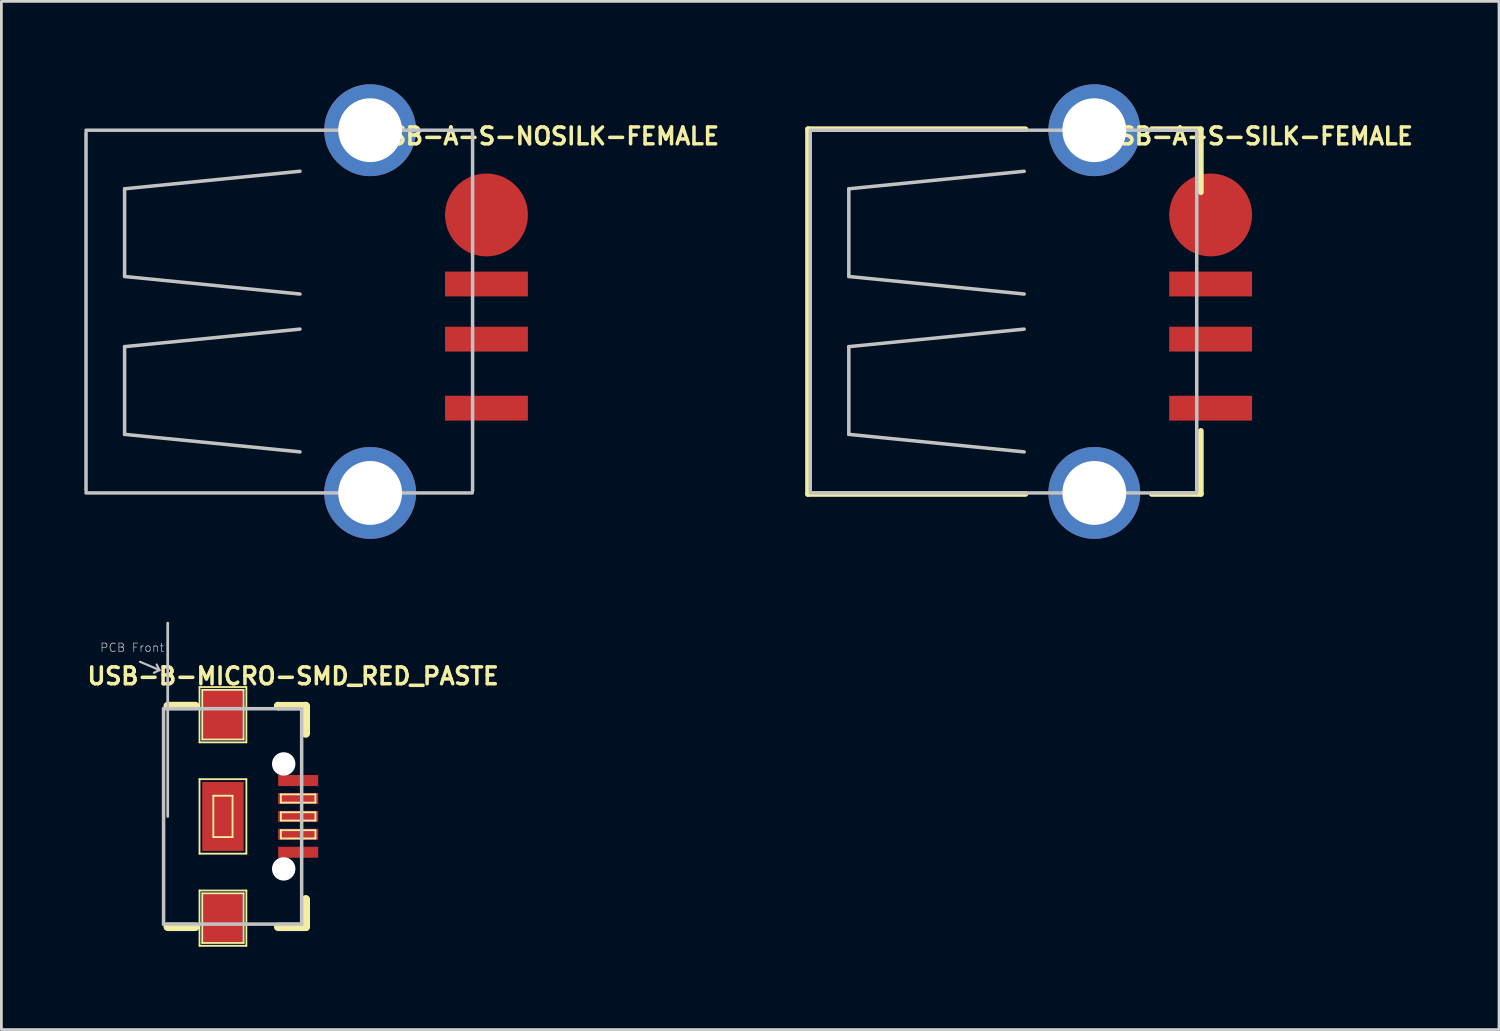
<source format=kicad_pcb>
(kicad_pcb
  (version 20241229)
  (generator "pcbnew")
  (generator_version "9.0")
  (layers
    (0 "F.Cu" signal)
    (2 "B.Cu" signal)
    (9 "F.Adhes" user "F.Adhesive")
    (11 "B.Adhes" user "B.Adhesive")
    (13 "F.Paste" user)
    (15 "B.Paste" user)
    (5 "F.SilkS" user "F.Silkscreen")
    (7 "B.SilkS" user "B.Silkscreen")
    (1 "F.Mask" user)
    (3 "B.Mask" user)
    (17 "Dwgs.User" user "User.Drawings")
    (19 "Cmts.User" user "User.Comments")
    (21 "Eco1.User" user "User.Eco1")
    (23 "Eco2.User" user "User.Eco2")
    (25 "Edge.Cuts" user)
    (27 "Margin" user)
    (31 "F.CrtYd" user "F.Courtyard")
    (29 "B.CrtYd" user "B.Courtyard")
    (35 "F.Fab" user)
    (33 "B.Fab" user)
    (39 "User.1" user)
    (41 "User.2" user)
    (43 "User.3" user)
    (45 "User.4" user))
  (footprint "USB-A-S-NOSILK-FEMALE"
    (layer "F.Cu")
    (at 7.811 8.23)
    (property "Reference" "USB-A-S-NOSILK-FEMALE" (at 8.89 -6.35 0) (layer "F.SilkS") (effects (font (size 0.61 0.61) (thickness 0.127))))
    (attr smd)
    (fp_line (start -7.747 -6.477) (end -7.747 6.477) (stroke (width 0.127) (type solid)) (layer "Dwgs.User"))
    (fp_line (start -6.35 -4.445) (end -6.35 -1.27) (stroke (width 0.127) (type solid)) (layer "Dwgs.User"))
    (fp_line (start -6.35 -1.27) (end 0 -0.635) (stroke (width 0.127) (type solid)) (layer "Dwgs.User"))
    (fp_line (start -6.35 1.27) (end 0 0.635) (stroke (width 0.127) (type solid)) (layer "Dwgs.User"))
    (fp_line (start -6.35 4.445) (end -6.35 1.27) (stroke (width 0.127) (type solid)) (layer "Dwgs.User"))
    (fp_line (start 0 -5.08) (end -6.35 -4.445) (stroke (width 0.127) (type solid)) (layer "Dwgs.User"))
    (fp_line (start 0 5.08) (end -6.35 4.445) (stroke (width 0.127) (type solid)) (layer "Dwgs.User"))
    (fp_line (start 6.236 -6.566) (end -7.747 -6.566) (stroke (width 0.127) (type solid)) (layer "Dwgs.User"))
    (fp_line (start 6.236 6.566) (end -7.747 6.566) (stroke (width 0.127) (type solid)) (layer "Dwgs.User"))
    (fp_line (start 6.248 -6.502) (end 6.248 6.502) (stroke (width 0.127) (type solid)) (layer "Dwgs.User"))
    (pad "D+" smd rect (at 6.751 0.998) (size 3 0.899) (layers "F.Cu" "F.Mask" "F.Paste"))
    (pad "D-" smd rect (at 6.751 -0.998) (size 3 0.899) (layers "F.Cu" "F.Mask" "F.Paste"))
    (pad "GND" smd rect (at 6.751 3.498) (size 3 0.899) (layers "F.Cu" "F.Mask" "F.Paste"))
    (pad "SHLD" thru_hole circle (at 2.54 -6.566) (size 3.327 3.327) (drill 2.311) (layers "*.Cu" "*.Mask"))
    (pad "SHLD" thru_hole circle (at 2.54 6.566) (size 3.327 3.327) (drill 2.311) (layers "*.Cu" "*.Mask"))
    (pad "VBUS" smd circle (at 6.751 -3.498) (size 3 3) (layers "F.Cu" "F.Mask" "F.Paste")))
  (footprint "USB-B-MICRO-SMD_RED_PASTE"
    (layer "F.Cu")
    (at 5.021 26.507)
    (property "Reference" "USB-B-MICRO-SMD_RED_PASTE" (at 2.54 -5.08 0) (layer "F.SilkS") (effects (font (size 0.61 0.61) (thickness 0.127))))
    (attr smd)
    (fp_line (start -0.998 -3.998) (end -1.999 -3.998) (stroke (width 0.305) (type solid)) (layer "F.SilkS"))
    (fp_line (start -0.998 3.998) (end -1.999 3.998) (stroke (width 0.305) (type solid)) (layer "F.SilkS"))
    (fp_line (start -0.848 -4.684) (end 0.848 -4.684) (stroke (width 0.066) (type solid)) (layer "F.SilkS"))
    (fp_line (start -0.848 -2.682) (end -0.848 -4.684) (stroke (width 0.066) (type solid)) (layer "F.SilkS"))
    (fp_line (start -0.848 -2.682) (end 0.848 -2.682) (stroke (width 0.066) (type solid)) (layer "F.SilkS"))
    (fp_line (start -0.848 -1.349) (end 0.848 -1.349) (stroke (width 0.066) (type solid)) (layer "F.SilkS"))
    (fp_line (start -0.848 1.349) (end -0.848 -1.349) (stroke (width 0.066) (type solid)) (layer "F.SilkS"))
    (fp_line (start -0.848 1.349) (end 0.848 1.349) (stroke (width 0.066) (type solid)) (layer "F.SilkS"))
    (fp_line (start -0.848 2.682) (end 0.848 2.682) (stroke (width 0.066) (type solid)) (layer "F.SilkS"))
    (fp_line (start -0.848 4.684) (end -0.848 2.682) (stroke (width 0.066) (type solid)) (layer "F.SilkS"))
    (fp_line (start -0.848 4.684) (end 0.848 4.684) (stroke (width 0.066) (type solid)) (layer "F.SilkS"))
    (fp_line (start -0.749 -4.582) (end 0.749 -4.582) (stroke (width 0.066) (type solid)) (layer "F.SilkS"))
    (fp_line (start -0.749 -2.784) (end -0.749 -4.582) (stroke (width 0.066) (type solid)) (layer "F.SilkS"))
    (fp_line (start -0.749 -2.784) (end 0.749 -2.784) (stroke (width 0.066) (type solid)) (layer "F.SilkS"))
    (fp_line (start -0.749 2.784) (end 0.749 2.784) (stroke (width 0.066) (type solid)) (layer "F.SilkS"))
    (fp_line (start -0.749 4.582) (end -0.749 2.784) (stroke (width 0.066) (type solid)) (layer "F.SilkS"))
    (fp_line (start -0.749 4.582) (end 0.749 4.582) (stroke (width 0.066) (type solid)) (layer "F.SilkS"))
    (fp_line (start -0.348 -0.749) (end 0.348 -0.749) (stroke (width 0.066) (type solid)) (layer "F.SilkS"))
    (fp_line (start -0.348 0.749) (end -0.348 -0.749) (stroke (width 0.066) (type solid)) (layer "F.SilkS"))
    (fp_line (start -0.348 0.749) (end 0.348 0.749) (stroke (width 0.066) (type solid)) (layer "F.SilkS"))
    (fp_line (start 0.348 0.749) (end 0.348 -0.749) (stroke (width 0.066) (type solid)) (layer "F.SilkS"))
    (fp_line (start 0.749 -2.784) (end 0.749 -4.582) (stroke (width 0.066) (type solid)) (layer "F.SilkS"))
    (fp_line (start 0.749 4.582) (end 0.749 2.784) (stroke (width 0.066) (type solid)) (layer "F.SilkS"))
    (fp_line (start 0.848 -2.682) (end 0.848 -4.684) (stroke (width 0.066) (type solid)) (layer "F.SilkS"))
    (fp_line (start 0.848 1.349) (end 0.848 -1.349) (stroke (width 0.066) (type solid)) (layer "F.SilkS"))
    (fp_line (start 0.848 4.684) (end 0.848 2.682) (stroke (width 0.066) (type solid)) (layer "F.SilkS"))
    (fp_line (start 1.999 -3.993) (end 1.999 -3.998) (stroke (width 0.305) (type solid)) (layer "F.SilkS"))
    (fp_line (start 1.999 3.998) (end 3 3.998) (stroke (width 0.305) (type solid)) (layer "F.SilkS"))
    (fp_line (start 2.098 -0.798) (end 3.348 -0.798) (stroke (width 0.066) (type solid)) (layer "F.SilkS"))
    (fp_line (start 2.098 -0.498) (end 2.098 -0.798) (stroke (width 0.066) (type solid)) (layer "F.SilkS"))
    (fp_line (start 2.098 -0.498) (end 3.348 -0.498) (stroke (width 0.066) (type solid)) (layer "F.SilkS"))
    (fp_line (start 2.098 -0.15) (end 3.348 -0.15) (stroke (width 0.066) (type solid)) (layer "F.SilkS"))
    (fp_line (start 2.098 0.15) (end 2.098 -0.15) (stroke (width 0.066) (type solid)) (layer "F.SilkS"))
    (fp_line (start 2.098 0.15) (end 3.348 0.15) (stroke (width 0.066) (type solid)) (layer "F.SilkS"))
    (fp_line (start 2.098 0.498) (end 3.348 0.498) (stroke (width 0.066) (type solid)) (layer "F.SilkS"))
    (fp_line (start 2.098 0.798) (end 2.098 0.498) (stroke (width 0.066) (type solid)) (layer "F.SilkS"))
    (fp_line (start 2.098 0.798) (end 3.348 0.798) (stroke (width 0.066) (type solid)) (layer "F.SilkS"))
    (fp_line (start 2.979 -3.993) (end 1.999 -3.993) (stroke (width 0.305) (type solid)) (layer "F.SilkS"))
    (fp_line (start 3 -3.998) (end 3 -3) (stroke (width 0.305) (type solid)) (layer "F.SilkS"))
    (fp_line (start 3 3.998) (end 3 3) (stroke (width 0.305) (type solid)) (layer "F.SilkS"))
    (fp_line (start 3.348 -0.498) (end 3.348 -0.798) (stroke (width 0.066) (type solid)) (layer "F.SilkS"))
    (fp_line (start 3.348 0.15) (end 3.348 -0.15) (stroke (width 0.066) (type solid)) (layer "F.SilkS"))
    (fp_line (start 3.348 0.798) (end 3.348 0.498) (stroke (width 0.066) (type solid)) (layer "F.SilkS"))
    (fp_line (start -3 -5.598) (end -2.299 -5.298) (stroke (width 0.079) (type solid)) (layer "Dwgs.User"))
    (fp_line (start -2.299 -5.298) (end -2.499 -5.199) (stroke (width 0.079) (type solid)) (layer "Dwgs.User"))
    (fp_line (start -2.299 -5.298) (end -2.398 -5.499) (stroke (width 0.079) (type solid)) (layer "Dwgs.User"))
    (fp_line (start -2.149 -3.899) (end -2.149 3.899) (stroke (width 0.127) (type solid)) (layer "Dwgs.User"))
    (fp_line (start -1.999 -6.998) (end -1.999 0) (stroke (width 0.1) (type solid)) (layer "Dwgs.User"))
    (fp_line (start 2.85 -3.899) (end -2.149 -3.899) (stroke (width 0.127) (type solid)) (layer "Dwgs.User"))
    (fp_line (start 2.85 -3.899) (end 2.85 3.899) (stroke (width 0.127) (type solid)) (layer "Dwgs.User"))
    (fp_line (start 2.85 3.899) (end -2.149 3.899) (stroke (width 0.127) (type solid)) (layer "Dwgs.User"))
    (fp_text user "PCB Front" (at -3.287 -6.111 0) (layer "Dwgs.User") (effects (font (size 0.305 0.305) (thickness 0.025))))
    (pad "" np_thru_hole circle (at 2.2 -1.9) (size 0.848 0.848) (drill 0.848) (layers "*.Cu" "*.Mask"))
    (pad "" np_thru_hole circle (at 2.2 1.9) (size 0.848 0.848) (drill 0.848) (layers "*.Cu" "*.Mask"))
    (pad "D+" smd rect (at 2.723 0 90) (size 0.399 1.448) (layers "F.Cu" "F.Mask" "F.Paste"))
    (pad "D-" smd rect (at 2.723 -0.648 90) (size 0.399 1.448) (layers "F.Cu" "F.Mask" "F.Paste"))
    (pad "GND" smd rect (at 2.723 1.298 90) (size 0.399 1.448) (layers "F.Cu" "F.Mask" "F.Paste"))
    (pad "ID" smd rect (at 2.723 0.648 90) (size 0.399 1.448) (layers "F.Cu" "F.Mask" "F.Paste"))
    (pad "SHIE" smd rect (at 0 -3.683 90) (size 1.798 1.499) (layers "F.Cu" "F.Mask" "F.Paste"))
    (pad "SHIE" smd rect (at 0 0 90) (size 2.499 1.499) (layers "F.Cu" "F.Mask" "F.Paste"))
    (pad "SHIE" smd rect (at 0 3.683 90) (size 1.798 1.499) (layers "F.Cu" "F.Mask" "F.Paste"))
    (pad "VBUS" smd rect (at 2.723 -1.298 90) (size 0.399 1.448) (layers "F.Cu" "F.Mask" "F.Paste")))
  (footprint "USB-A-S-SILK-FEMALE"
    (layer "F.Cu")
    (at 33.568 8.23)
    (property "Reference" "USB-A-S-SILK-FEMALE" (at 8.89 -6.35 0) (layer "F.SilkS") (effects (font (size 0.61 0.61) (thickness 0.127))))
    (attr smd)
    (fp_line (start -7.366 -6.604) (end -7.366 6.604) (stroke (width 0.203) (type solid)) (layer "F.SilkS"))
    (fp_line (start -7.366 -6.604) (end 0.508 -6.604) (stroke (width 0.203) (type solid)) (layer "F.SilkS"))
    (fp_line (start -7.366 6.604) (end 0.508 6.604) (stroke (width 0.203) (type solid)) (layer "F.SilkS"))
    (fp_line (start 5.08 6.604) (end 6.858 6.604) (stroke (width 0.203) (type solid)) (layer "F.SilkS"))
    (fp_line (start 6.858 -6.604) (end 5.08 -6.604) (stroke (width 0.203) (type solid)) (layer "F.SilkS"))
    (fp_line (start 6.858 -4.318) (end 6.858 -6.604) (stroke (width 0.203) (type solid)) (layer "F.SilkS"))
    (fp_line (start 6.858 6.604) (end 6.858 4.318) (stroke (width 0.203) (type solid)) (layer "F.SilkS"))
    (fp_line (start -7.285 -6.477) (end -7.285 6.477) (stroke (width 0.127) (type solid)) (layer "Dwgs.User"))
    (fp_line (start -5.888 -4.445) (end -5.888 -1.27) (stroke (width 0.127) (type solid)) (layer "Dwgs.User"))
    (fp_line (start -5.888 -1.27) (end 0.46 -0.635) (stroke (width 0.127) (type solid)) (layer "Dwgs.User"))
    (fp_line (start -5.888 1.27) (end 0.46 0.635) (stroke (width 0.127) (type solid)) (layer "Dwgs.User"))
    (fp_line (start -5.888 4.445) (end -5.888 1.27) (stroke (width 0.127) (type solid)) (layer "Dwgs.User"))
    (fp_line (start 0.46 -5.08) (end -5.888 -4.445) (stroke (width 0.127) (type solid)) (layer "Dwgs.User"))
    (fp_line (start 0.46 5.08) (end -5.888 4.445) (stroke (width 0.127) (type solid)) (layer "Dwgs.User"))
    (fp_line (start 6.695 -6.566) (end -7.285 -6.566) (stroke (width 0.127) (type solid)) (layer "Dwgs.User"))
    (fp_line (start 6.695 6.566) (end -7.285 6.566) (stroke (width 0.127) (type solid)) (layer "Dwgs.User"))
    (fp_line (start 6.708 -6.502) (end 6.708 6.502) (stroke (width 0.127) (type solid)) (layer "Dwgs.User"))
    (pad "D+" smd rect (at 7.211 0.998) (size 3 0.899) (layers "F.Cu" "F.Mask" "F.Paste"))
    (pad "D-" smd rect (at 7.211 -0.998) (size 3 0.899) (layers "F.Cu" "F.Mask" "F.Paste"))
    (pad "GND" smd rect (at 7.211 3.498) (size 3 0.899) (layers "F.Cu" "F.Mask" "F.Paste"))
    (pad "SHLD" thru_hole circle (at 3 -6.566) (size 3.327 3.327) (drill 2.311) (layers "*.Cu" "*.Mask"))
    (pad "SHLD" thru_hole circle (at 3 6.566) (size 3.327 3.327) (drill 2.311) (layers "*.Cu" "*.Mask"))
    (pad "VBUS" smd circle (at 7.211 -3.498) (size 3 3) (layers "F.Cu" "F.Mask" "F.Paste")))
  (gr_rect
    (start -3 -3)
    (end 51.219 34.224)
    (stroke (width 0.1) (type default))
    (fill no)
    (layer "Edge.Cuts")))
</source>
